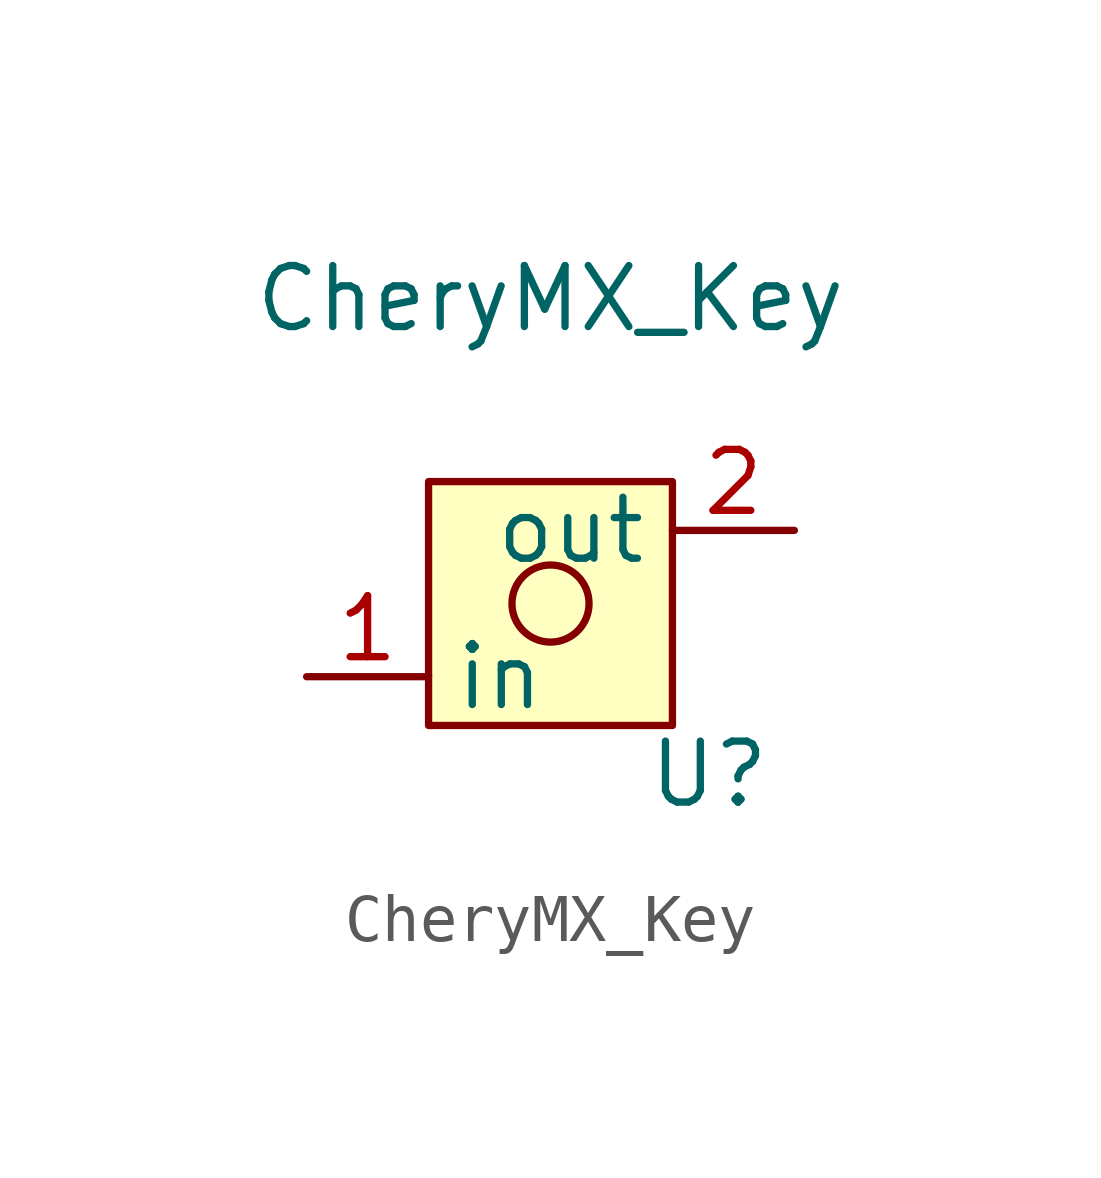
<source format=kicad_sym>
(kicad_symbol_lib
  (version 20211014)
  (generator kicad_symbol_editor)
  (symbol "CheryMX_Key"
    (property "Reference" "U"
      (at 3.302 -3.556 0)
      (effects (font (size 1.27 1.27))))
    (property "Value" "CheryMX_Key"
      (at 0 6.35 0)
      (effects (font (size 1.27 1.27))))
    (symbol "CheryMX_Key_0_1"
      (rectangle (start -2.54 2.54) (end 2.54 -2.54) (stroke (width 0) (type default) (color 0 0 0 0)) (fill (type background)))
      (circle (center 0 0) (radius 0.803) (stroke (width 0) (type default) (color 0 0 0 0)) (fill (type none))))
    (symbol "CheryMX_Key_1_1"
      (pin passive line (at -5.08 -1.524 0) (length 2.54) (name "in" (effects (font (size 1.27 1.27)))) (number "1" (effects (font (size 1.27 1.27)))))
      (pin passive line (at 5.08 1.524 180) (length 2.54) (name "out" (effects (font (size 1.27 1.27)))) (number "2" (effects (font (size 1.27 1.27))))))))
</source>
